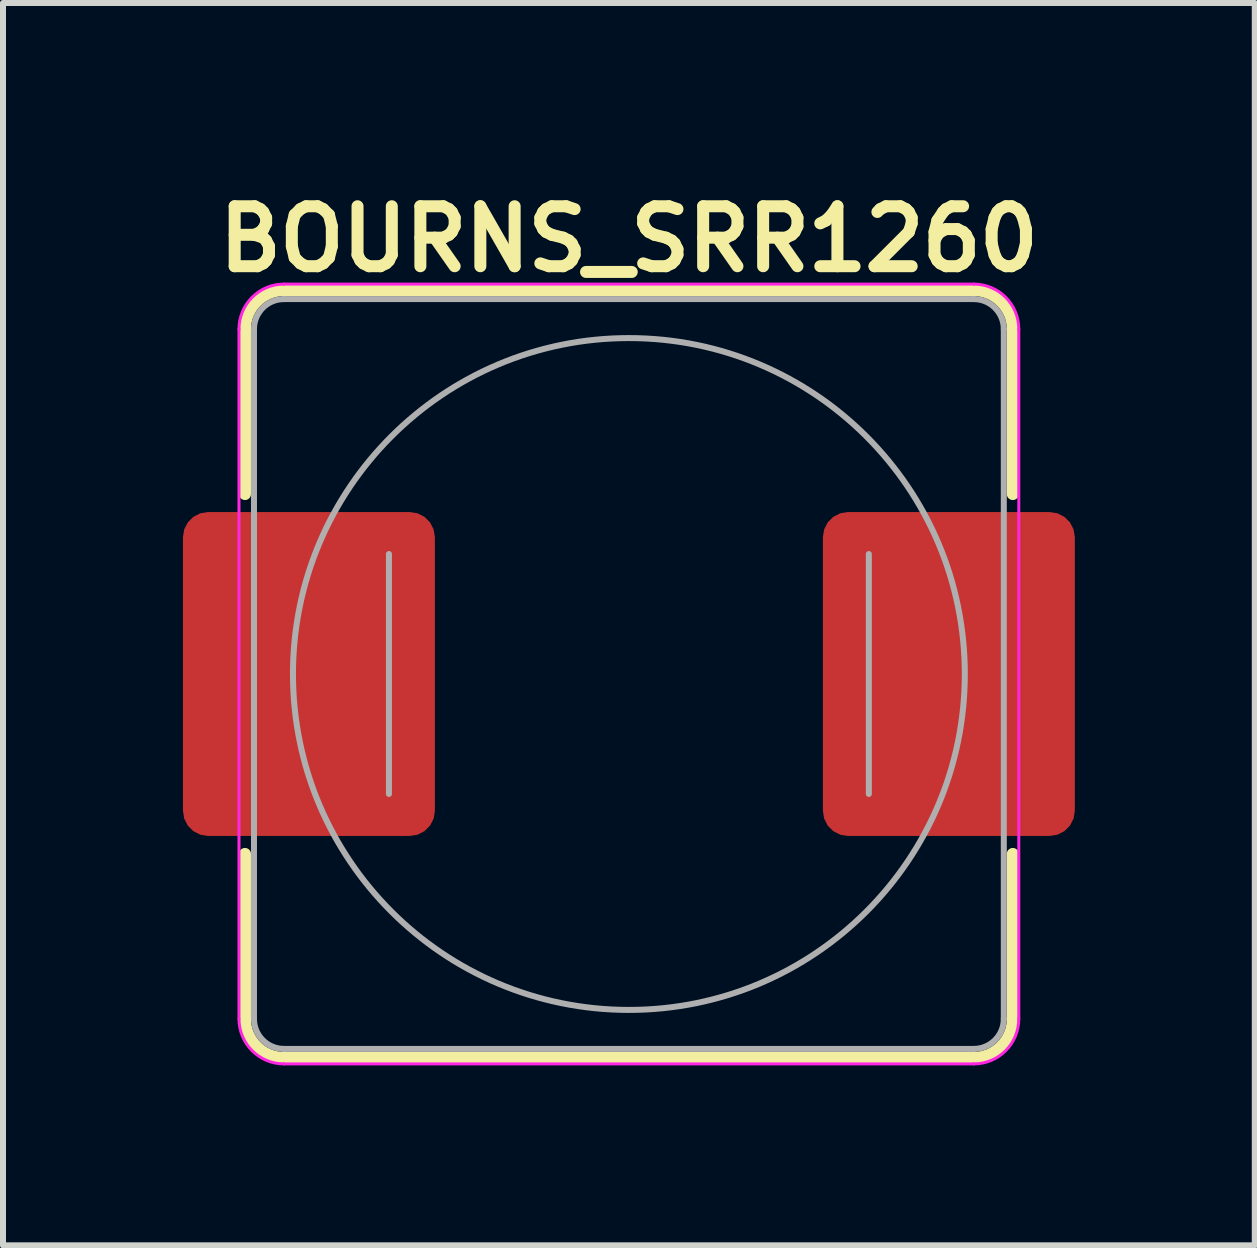
<source format=kicad_pcb>
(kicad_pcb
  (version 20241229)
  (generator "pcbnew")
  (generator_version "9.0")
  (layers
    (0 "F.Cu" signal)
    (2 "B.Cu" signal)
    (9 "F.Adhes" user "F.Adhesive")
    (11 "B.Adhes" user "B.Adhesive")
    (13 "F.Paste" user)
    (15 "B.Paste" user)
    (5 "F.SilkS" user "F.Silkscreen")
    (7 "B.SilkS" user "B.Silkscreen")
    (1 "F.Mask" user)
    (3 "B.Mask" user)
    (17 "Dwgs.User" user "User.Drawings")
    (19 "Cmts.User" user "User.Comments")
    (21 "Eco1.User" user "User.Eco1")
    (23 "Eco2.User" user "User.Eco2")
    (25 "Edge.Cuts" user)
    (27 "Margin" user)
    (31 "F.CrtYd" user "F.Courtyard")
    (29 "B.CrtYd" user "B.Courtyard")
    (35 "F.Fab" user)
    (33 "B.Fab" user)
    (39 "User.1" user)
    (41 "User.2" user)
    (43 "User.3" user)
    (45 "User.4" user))
  (footprint "BOURNS_SRR1260"
    (layer "F.Cu")
    (at 7.434 8.186)
    (property "Reference" "BOURNS_SRR1260" (at 0 -7.25 0) (layer "F.SilkS") (effects (font (size 1 1) (thickness 0.2))))
    (attr smd)
    (fp_line (start -6.4 -5.75) (end -6.4 -3) (stroke (width 0.2) (type solid)) (layer "F.SilkS"))
    (fp_line (start -6.4 3) (end -6.4 5.75) (stroke (width 0.2) (type solid)) (layer "F.SilkS"))
    (fp_line (start -5.75 -6.4) (end 5.75 -6.4) (stroke (width 0.2) (type solid)) (layer "F.SilkS"))
    (fp_line (start 5.75 6.4) (end -5.75 6.4) (stroke (width 0.2) (type solid)) (layer "F.SilkS"))
    (fp_line (start 6.4 -5.75) (end 6.4 -3) (stroke (width 0.2) (type solid)) (layer "F.SilkS"))
    (fp_line (start 6.4 3) (end 6.4 5.75) (stroke (width 0.2) (type solid)) (layer "F.SilkS"))
    (fp_arc (start -6.4 -5.75) (mid -6.209619 -6.209619) (end -5.75 -6.4) (stroke (width 0.2) (type solid)) (layer "F.SilkS"))
    (fp_arc (start -5.75 6.4) (mid -6.209619 6.209619) (end -6.4 5.75) (stroke (width 0.2) (type solid)) (layer "F.SilkS"))
    (fp_arc (start 5.75 -6.4) (mid 6.209619 -6.209619) (end 6.4 -5.75) (stroke (width 0.2) (type solid)) (layer "F.SilkS"))
    (fp_arc (start 6.4 5.75) (mid 6.209619 6.209619) (end 5.75 6.4) (stroke (width 0.2) (type solid)) (layer "F.SilkS"))
    (fp_line (start -6.5 5.75) (end -6.5 -5.75) (stroke (width 0.05) (type solid)) (layer "F.CrtYd"))
    (fp_line (start -5.75 -6.5) (end 5.75 -6.5) (stroke (width 0.05) (type solid)) (layer "F.CrtYd"))
    (fp_line (start 5.75 6.5) (end -5.75 6.5) (stroke (width 0.05) (type solid)) (layer "F.CrtYd"))
    (fp_line (start 6.5 -5.75) (end 6.5 5.75) (stroke (width 0.05) (type solid)) (layer "F.CrtYd"))
    (fp_arc (start -6.5 -5.75) (mid -6.28033 -6.28033) (end -5.75 -6.5) (stroke (width 0.05) (type solid)) (layer "F.CrtYd"))
    (fp_arc (start -5.75 6.5) (mid -6.28033 6.28033) (end -6.5 5.75) (stroke (width 0.05) (type solid)) (layer "F.CrtYd"))
    (fp_arc (start 5.75 -6.5) (mid 6.28033 -6.28033) (end 6.5 -5.75) (stroke (width 0.05) (type solid)) (layer "F.CrtYd"))
    (fp_arc (start 6.5 5.75) (mid 6.28033 6.28033) (end 5.75 6.5) (stroke (width 0.05) (type solid)) (layer "F.CrtYd"))
    (fp_line (start -6.25 -5.75) (end -6.25 5.75) (stroke (width 0.1) (type solid)) (layer "F.Fab"))
    (fp_line (start -5.75 -6.25) (end 5.75 -6.25) (stroke (width 0.1) (type solid)) (layer "F.Fab"))
    (fp_line (start -4 2) (end -4 -2) (stroke (width 0.1) (type solid)) (layer "F.Fab"))
    (fp_line (start 4 -2) (end 4 2) (stroke (width 0.1) (type solid)) (layer "F.Fab"))
    (fp_line (start 5.75 6.25) (end -5.75 6.25) (stroke (width 0.1) (type solid)) (layer "F.Fab"))
    (fp_line (start 6.25 -5.75) (end 6.25 5.75) (stroke (width 0.1) (type solid)) (layer "F.Fab"))
    (fp_arc (start -6.25 -5.75) (mid -6.103553 -6.103553) (end -5.75 -6.25) (stroke (width 0.1) (type solid)) (layer "F.Fab"))
    (fp_arc (start -5.75 6.25) (mid -6.103553 6.103553) (end -6.25 5.75) (stroke (width 0.1) (type solid)) (layer "F.Fab"))
    (fp_arc (start 5.75 -6.25) (mid 6.103553 -6.103553) (end 6.25 -5.75) (stroke (width 0.1) (type solid)) (layer "F.Fab"))
    (fp_arc (start 6.25 5.75) (mid 6.103553 6.103553) (end 5.75 6.25) (stroke (width 0.1) (type solid)) (layer "F.Fab"))
    (fp_circle (center 0 0) (end 0 -5.6) (stroke (width 0.1) (type solid)) (fill no) (layer "F.Fab"))
    (pad "1" smd roundrect (at -5.334 0) (size 4.2 5.4) (layers "F.Cu" "F.Mask" "F.Paste") (roundrect_rratio 0.1))
    (pad "2" smd roundrect (at 5.334 0) (size 4.2 5.4) (layers "F.Cu" "F.Mask" "F.Paste") (roundrect_rratio 0.1)))
  (gr_rect
    (start -3 -3)
    (end 17.868 17.711)
    (stroke (width 0.1) (type default))
    (fill no)
    (layer "Edge.Cuts")))
</source>
